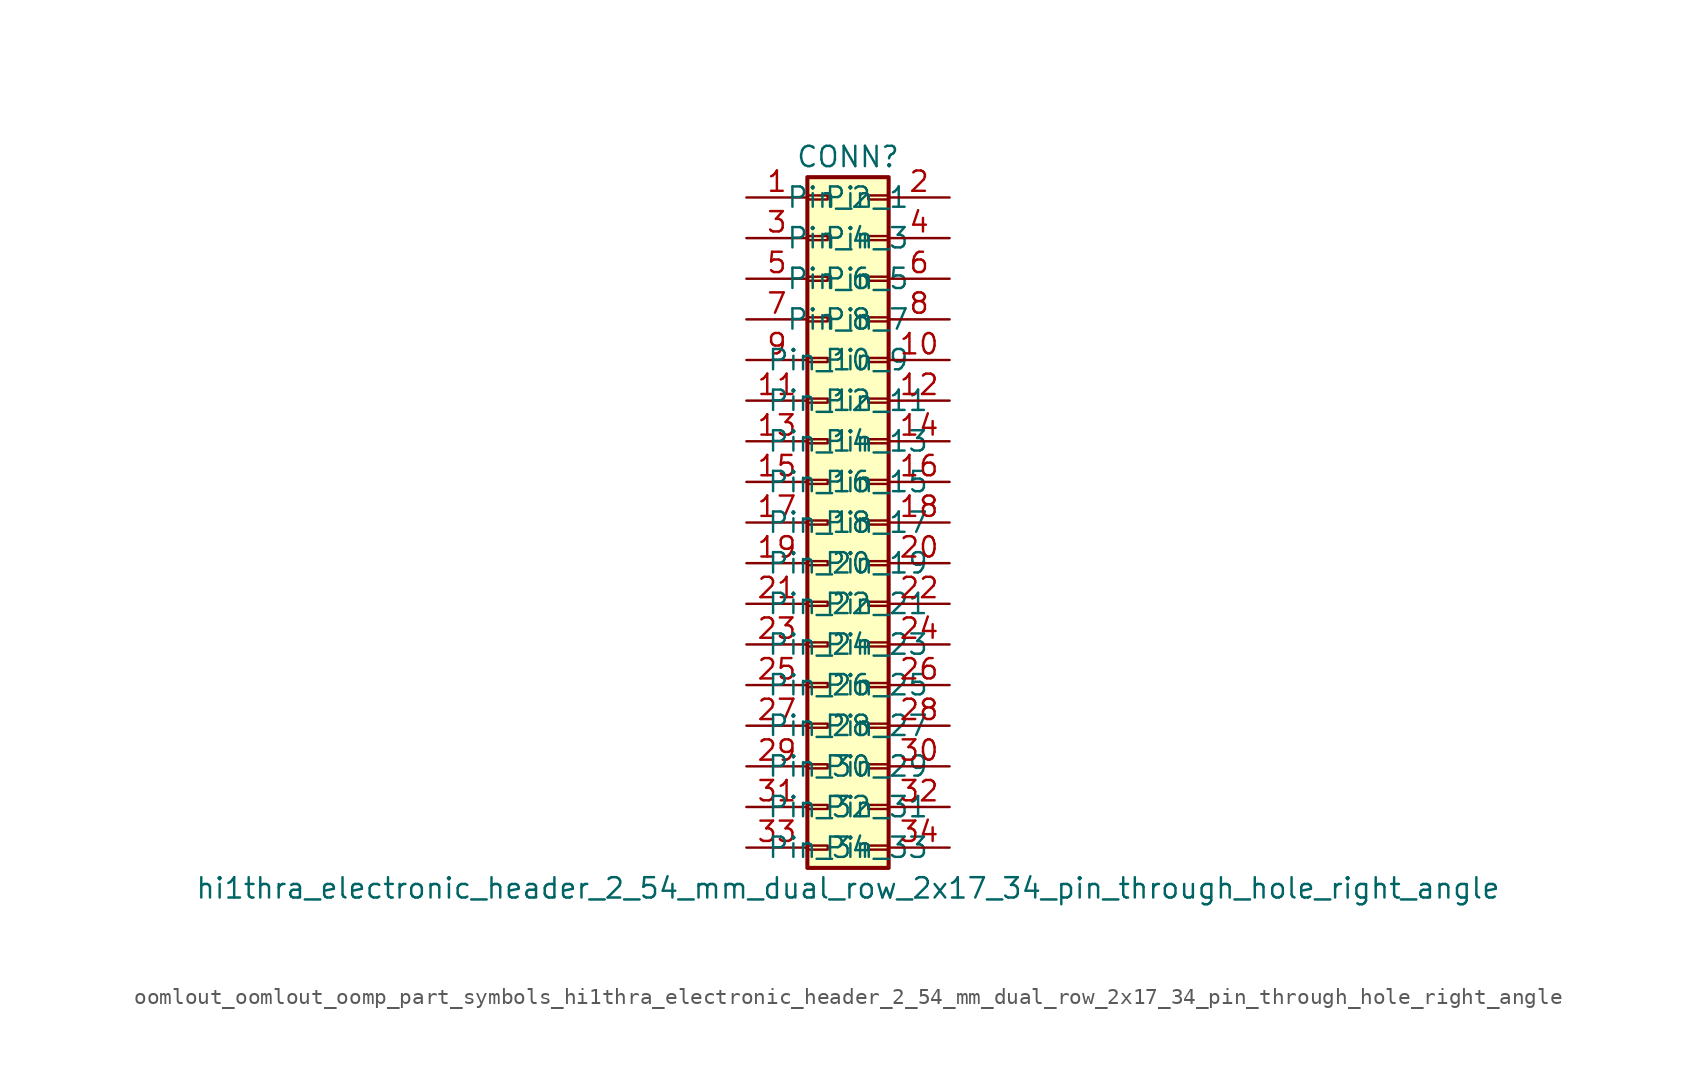
<source format=kicad_sym>
(kicad_symbol_lib
  (version 20220914)
  (generator kicad_symbol_editor)
  (symbol "oomlout_oomlout_oomp_part_symbols_hi1thra_electronic_header_2_54_mm_dual_row_2x17_34_pin_through_hole_right_angle"
    (pin_names
      (offset 1.016))
    (property "Reference" "CONN"
      (at 1.27 22.86 0)
      (effects (font (size 1.27 1.27))))
    (property "Value" "hi1thra_electronic_header_2_54_mm_dual_row_2x17_34_pin_through_hole_right_angle"
      (at 1.27 -22.86 0)
      (effects (font (size 1.27 1.27))))
    (symbol "oomlout_oomlout_oomp_part_symbols_hi1thra_electronic_header_2_54_mm_dual_row_2x17_34_pin_through_hole_right_angle_1_1"
      (rectangle (start -1.27 -20.193) (end 0 -20.447) (stroke (width 0.152) (type default)) (fill (type none)))
      (rectangle (start -1.27 -17.653) (end 0 -17.907) (stroke (width 0.152) (type default)) (fill (type none)))
      (rectangle (start -1.27 -15.113) (end 0 -15.367) (stroke (width 0.152) (type default)) (fill (type none)))
      (rectangle (start -1.27 -12.573) (end 0 -12.827) (stroke (width 0.152) (type default)) (fill (type none)))
      (rectangle (start -1.27 -10.033) (end 0 -10.287) (stroke (width 0.152) (type default)) (fill (type none)))
      (rectangle (start -1.27 -7.493) (end 0 -7.747) (stroke (width 0.152) (type default)) (fill (type none)))
      (rectangle (start -1.27 -4.953) (end 0 -5.207) (stroke (width 0.152) (type default)) (fill (type none)))
      (rectangle (start -1.27 -2.413) (end 0 -2.667) (stroke (width 0.152) (type default)) (fill (type none)))
      (rectangle (start -1.27 0.127) (end 0 -0.127) (stroke (width 0.152) (type default)) (fill (type none)))
      (rectangle (start -1.27 2.667) (end 0 2.413) (stroke (width 0.152) (type default)) (fill (type none)))
      (rectangle (start -1.27 5.207) (end 0 4.953) (stroke (width 0.152) (type default)) (fill (type none)))
      (rectangle (start -1.27 7.747) (end 0 7.493) (stroke (width 0.152) (type default)) (fill (type none)))
      (rectangle (start -1.27 10.287) (end 0 10.033) (stroke (width 0.152) (type default)) (fill (type none)))
      (rectangle (start -1.27 12.827) (end 0 12.573) (stroke (width 0.152) (type default)) (fill (type none)))
      (rectangle (start -1.27 15.367) (end 0 15.113) (stroke (width 0.152) (type default)) (fill (type none)))
      (rectangle (start -1.27 17.907) (end 0 17.653) (stroke (width 0.152) (type default)) (fill (type none)))
      (rectangle (start -1.27 20.447) (end 0 20.193) (stroke (width 0.152) (type default)) (fill (type none)))
      (rectangle (start -1.27 21.59) (end 3.81 -21.59) (stroke (width 0.254) (type default)) (fill (type background)))
      (rectangle (start 3.81 -20.193) (end 2.54 -20.447) (stroke (width 0.152) (type default)) (fill (type none)))
      (rectangle (start 3.81 -17.653) (end 2.54 -17.907) (stroke (width 0.152) (type default)) (fill (type none)))
      (rectangle (start 3.81 -15.113) (end 2.54 -15.367) (stroke (width 0.152) (type default)) (fill (type none)))
      (rectangle (start 3.81 -12.573) (end 2.54 -12.827) (stroke (width 0.152) (type default)) (fill (type none)))
      (rectangle (start 3.81 -10.033) (end 2.54 -10.287) (stroke (width 0.152) (type default)) (fill (type none)))
      (rectangle (start 3.81 -7.493) (end 2.54 -7.747) (stroke (width 0.152) (type default)) (fill (type none)))
      (rectangle (start 3.81 -4.953) (end 2.54 -5.207) (stroke (width 0.152) (type default)) (fill (type none)))
      (rectangle (start 3.81 -2.413) (end 2.54 -2.667) (stroke (width 0.152) (type default)) (fill (type none)))
      (rectangle (start 3.81 0.127) (end 2.54 -0.127) (stroke (width 0.152) (type default)) (fill (type none)))
      (rectangle (start 3.81 2.667) (end 2.54 2.413) (stroke (width 0.152) (type default)) (fill (type none)))
      (rectangle (start 3.81 5.207) (end 2.54 4.953) (stroke (width 0.152) (type default)) (fill (type none)))
      (rectangle (start 3.81 7.747) (end 2.54 7.493) (stroke (width 0.152) (type default)) (fill (type none)))
      (rectangle (start 3.81 10.287) (end 2.54 10.033) (stroke (width 0.152) (type default)) (fill (type none)))
      (rectangle (start 3.81 12.827) (end 2.54 12.573) (stroke (width 0.152) (type default)) (fill (type none)))
      (rectangle (start 3.81 15.367) (end 2.54 15.113) (stroke (width 0.152) (type default)) (fill (type none)))
      (rectangle (start 3.81 17.907) (end 2.54 17.653) (stroke (width 0.152) (type default)) (fill (type none)))
      (rectangle (start 3.81 20.447) (end 2.54 20.193) (stroke (width 0.152) (type default)) (fill (type none)))
      (pin passive line (at -5.08 20.32 0) (length 3.81) (name "Pin_1" (effects (font (size 1.27 1.27)))) (number "1" (effects (font (size 1.27 1.27)))))
      (pin passive line (at 7.62 10.16 180) (length 3.81) (name "Pin_10" (effects (font (size 1.27 1.27)))) (number "10" (effects (font (size 1.27 1.27)))))
      (pin passive line (at -5.08 7.62 0) (length 3.81) (name "Pin_11" (effects (font (size 1.27 1.27)))) (number "11" (effects (font (size 1.27 1.27)))))
      (pin passive line (at 7.62 7.62 180) (length 3.81) (name "Pin_12" (effects (font (size 1.27 1.27)))) (number "12" (effects (font (size 1.27 1.27)))))
      (pin passive line (at -5.08 5.08 0) (length 3.81) (name "Pin_13" (effects (font (size 1.27 1.27)))) (number "13" (effects (font (size 1.27 1.27)))))
      (pin passive line (at 7.62 5.08 180) (length 3.81) (name "Pin_14" (effects (font (size 1.27 1.27)))) (number "14" (effects (font (size 1.27 1.27)))))
      (pin passive line (at -5.08 2.54 0) (length 3.81) (name "Pin_15" (effects (font (size 1.27 1.27)))) (number "15" (effects (font (size 1.27 1.27)))))
      (pin passive line (at 7.62 2.54 180) (length 3.81) (name "Pin_16" (effects (font (size 1.27 1.27)))) (number "16" (effects (font (size 1.27 1.27)))))
      (pin passive line (at -5.08 0 0) (length 3.81) (name "Pin_17" (effects (font (size 1.27 1.27)))) (number "17" (effects (font (size 1.27 1.27)))))
      (pin passive line (at 7.62 0 180) (length 3.81) (name "Pin_18" (effects (font (size 1.27 1.27)))) (number "18" (effects (font (size 1.27 1.27)))))
      (pin passive line (at -5.08 -2.54 0) (length 3.81) (name "Pin_19" (effects (font (size 1.27 1.27)))) (number "19" (effects (font (size 1.27 1.27)))))
      (pin passive line (at 7.62 20.32 180) (length 3.81) (name "Pin_2" (effects (font (size 1.27 1.27)))) (number "2" (effects (font (size 1.27 1.27)))))
      (pin passive line (at 7.62 -2.54 180) (length 3.81) (name "Pin_20" (effects (font (size 1.27 1.27)))) (number "20" (effects (font (size 1.27 1.27)))))
      (pin passive line (at -5.08 -5.08 0) (length 3.81) (name "Pin_21" (effects (font (size 1.27 1.27)))) (number "21" (effects (font (size 1.27 1.27)))))
      (pin passive line (at 7.62 -5.08 180) (length 3.81) (name "Pin_22" (effects (font (size 1.27 1.27)))) (number "22" (effects (font (size 1.27 1.27)))))
      (pin passive line (at -5.08 -7.62 0) (length 3.81) (name "Pin_23" (effects (font (size 1.27 1.27)))) (number "23" (effects (font (size 1.27 1.27)))))
      (pin passive line (at 7.62 -7.62 180) (length 3.81) (name "Pin_24" (effects (font (size 1.27 1.27)))) (number "24" (effects (font (size 1.27 1.27)))))
      (pin passive line (at -5.08 -10.16 0) (length 3.81) (name "Pin_25" (effects (font (size 1.27 1.27)))) (number "25" (effects (font (size 1.27 1.27)))))
      (pin passive line (at 7.62 -10.16 180) (length 3.81) (name "Pin_26" (effects (font (size 1.27 1.27)))) (number "26" (effects (font (size 1.27 1.27)))))
      (pin passive line (at -5.08 -12.7 0) (length 3.81) (name "Pin_27" (effects (font (size 1.27 1.27)))) (number "27" (effects (font (size 1.27 1.27)))))
      (pin passive line (at 7.62 -12.7 180) (length 3.81) (name "Pin_28" (effects (font (size 1.27 1.27)))) (number "28" (effects (font (size 1.27 1.27)))))
      (pin passive line (at -5.08 -15.24 0) (length 3.81) (name "Pin_29" (effects (font (size 1.27 1.27)))) (number "29" (effects (font (size 1.27 1.27)))))
      (pin passive line (at -5.08 17.78 0) (length 3.81) (name "Pin_3" (effects (font (size 1.27 1.27)))) (number "3" (effects (font (size 1.27 1.27)))))
      (pin passive line (at 7.62 -15.24 180) (length 3.81) (name "Pin_30" (effects (font (size 1.27 1.27)))) (number "30" (effects (font (size 1.27 1.27)))))
      (pin passive line (at -5.08 -17.78 0) (length 3.81) (name "Pin_31" (effects (font (size 1.27 1.27)))) (number "31" (effects (font (size 1.27 1.27)))))
      (pin passive line (at 7.62 -17.78 180) (length 3.81) (name "Pin_32" (effects (font (size 1.27 1.27)))) (number "32" (effects (font (size 1.27 1.27)))))
      (pin passive line (at -5.08 -20.32 0) (length 3.81) (name "Pin_33" (effects (font (size 1.27 1.27)))) (number "33" (effects (font (size 1.27 1.27)))))
      (pin passive line (at 7.62 -20.32 180) (length 3.81) (name "Pin_34" (effects (font (size 1.27 1.27)))) (number "34" (effects (font (size 1.27 1.27)))))
      (pin passive line (at 7.62 17.78 180) (length 3.81) (name "Pin_4" (effects (font (size 1.27 1.27)))) (number "4" (effects (font (size 1.27 1.27)))))
      (pin passive line (at -5.08 15.24 0) (length 3.81) (name "Pin_5" (effects (font (size 1.27 1.27)))) (number "5" (effects (font (size 1.27 1.27)))))
      (pin passive line (at 7.62 15.24 180) (length 3.81) (name "Pin_6" (effects (font (size 1.27 1.27)))) (number "6" (effects (font (size 1.27 1.27)))))
      (pin passive line (at -5.08 12.7 0) (length 3.81) (name "Pin_7" (effects (font (size 1.27 1.27)))) (number "7" (effects (font (size 1.27 1.27)))))
      (pin passive line (at 7.62 12.7 180) (length 3.81) (name "Pin_8" (effects (font (size 1.27 1.27)))) (number "8" (effects (font (size 1.27 1.27)))))
      (pin passive line (at -5.08 10.16 0) (length 3.81) (name "Pin_9" (effects (font (size 1.27 1.27)))) (number "9" (effects (font (size 1.27 1.27))))))))
</source>
